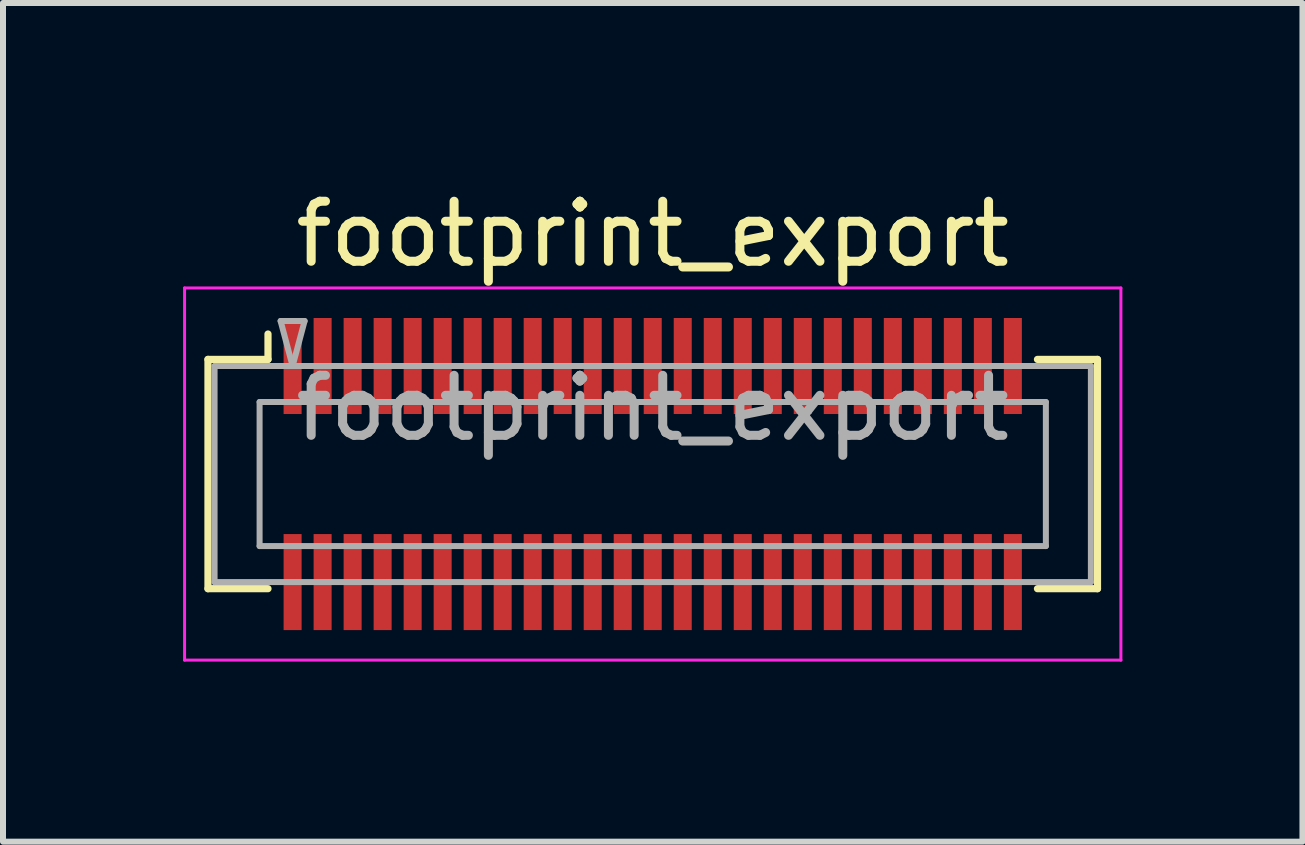
<source format=kicad_pcb>
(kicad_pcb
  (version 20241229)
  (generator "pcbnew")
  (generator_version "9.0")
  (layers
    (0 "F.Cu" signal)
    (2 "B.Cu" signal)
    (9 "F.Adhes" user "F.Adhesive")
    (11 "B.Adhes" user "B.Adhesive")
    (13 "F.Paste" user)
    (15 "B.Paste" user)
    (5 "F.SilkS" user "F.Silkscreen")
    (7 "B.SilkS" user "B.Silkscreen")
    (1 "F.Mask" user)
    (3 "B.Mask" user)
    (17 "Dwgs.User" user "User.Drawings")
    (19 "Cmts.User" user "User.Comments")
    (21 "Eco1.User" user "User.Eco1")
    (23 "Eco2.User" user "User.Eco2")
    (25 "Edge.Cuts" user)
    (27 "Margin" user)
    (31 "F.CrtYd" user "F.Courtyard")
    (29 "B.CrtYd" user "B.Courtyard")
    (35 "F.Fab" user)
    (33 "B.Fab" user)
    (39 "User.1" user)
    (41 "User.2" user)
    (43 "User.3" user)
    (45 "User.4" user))
  (footprint "footprint_export"
    (layer "F.Cu")
    (at 7.825 4.848)
    (property "Reference" "footprint_export" (at 0 -4 0) (layer "F.SilkS") (effects (font (size 1 1) (thickness 0.15))))
    (attr smd)
    (fp_line (start -7.41 -1.91) (end -6.41 -1.91) (stroke (width 0.12) (type solid)) (layer "F.SilkS"))
    (fp_line (start -7.41 1.91) (end -7.41 -1.91) (stroke (width 0.12) (type solid)) (layer "F.SilkS"))
    (fp_line (start -6.41 -1.91) (end -6.41 -2.333) (stroke (width 0.12) (type solid)) (layer "F.SilkS"))
    (fp_line (start -6.41 1.91) (end -7.41 1.91) (stroke (width 0.12) (type solid)) (layer "F.SilkS"))
    (fp_line (start 6.41 1.91) (end 7.41 1.91) (stroke (width 0.12) (type solid)) (layer "F.SilkS"))
    (fp_line (start 7.41 -1.91) (end 6.41 -1.91) (stroke (width 0.12) (type solid)) (layer "F.SilkS"))
    (fp_line (start 7.41 1.91) (end 7.41 -1.91) (stroke (width 0.12) (type solid)) (layer "F.SilkS"))
    (fp_line (start -7.8 -3.1) (end -7.8 3.1) (stroke (width 0.05) (type solid)) (layer "F.CrtYd"))
    (fp_line (start -7.8 3.1) (end 7.8 3.1) (stroke (width 0.05) (type solid)) (layer "F.CrtYd"))
    (fp_line (start 7.8 -3.1) (end -7.8 -3.1) (stroke (width 0.05) (type solid)) (layer "F.CrtYd"))
    (fp_line (start 7.8 3.1) (end 7.8 -3.1) (stroke (width 0.05) (type solid)) (layer "F.CrtYd"))
    (fp_line (start -7.3 -1.8) (end 7.3 -1.8) (stroke (width 0.1) (type solid)) (layer "F.Fab"))
    (fp_line (start -7.3 1.8) (end -7.3 -1.8) (stroke (width 0.1) (type solid)) (layer "F.Fab"))
    (fp_line (start -6.55 -1.2) (end 6.55 -1.2) (stroke (width 0.1) (type solid)) (layer "F.Fab"))
    (fp_line (start -6.55 1.2) (end -6.55 -1.2) (stroke (width 0.1) (type solid)) (layer "F.Fab"))
    (fp_line (start -6.2 -2.55) (end -6 -1.8) (stroke (width 0.1) (type solid)) (layer "F.Fab"))
    (fp_line (start -6 -1.8) (end -5.8 -2.55) (stroke (width 0.1) (type solid)) (layer "F.Fab"))
    (fp_line (start -5.8 -2.55) (end -6.2 -2.55) (stroke (width 0.1) (type solid)) (layer "F.Fab"))
    (fp_line (start 6.55 -1.2) (end 6.55 1.2) (stroke (width 0.1) (type solid)) (layer "F.Fab"))
    (fp_line (start 6.55 1.2) (end -6.55 1.2) (stroke (width 0.1) (type solid)) (layer "F.Fab"))
    (fp_line (start 7.3 -1.8) (end 7.3 1.8) (stroke (width 0.1) (type solid)) (layer "F.Fab"))
    (fp_line (start 7.3 1.8) (end -7.3 1.8) (stroke (width 0.1) (type solid)) (layer "F.Fab"))
    (fp_text user "${REFERENCE}" (at 0 -1.1 0) (layer "F.Fab") (effects (font (size 1 1) (thickness 0.15))))
    (pad "" smd rect (at -6 -2) (size 0.28 1.2) (layers "F.Paste"))
    (pad "" smd rect (at -6 2) (size 0.28 1.2) (layers "F.Paste"))
    (pad "" smd rect (at -5.5 -2) (size 0.28 1.2) (layers "F.Paste"))
    (pad "" smd rect (at -5.5 2) (size 0.28 1.2) (layers "F.Paste"))
    (pad "" smd rect (at -5 -2) (size 0.28 1.2) (layers "F.Paste"))
    (pad "" smd rect (at -5 2) (size 0.28 1.2) (layers "F.Paste"))
    (pad "" smd rect (at -4.5 -2) (size 0.28 1.2) (layers "F.Paste"))
    (pad "" smd rect (at -4.5 2) (size 0.28 1.2) (layers "F.Paste"))
    (pad "" smd rect (at -4 -2) (size 0.28 1.2) (layers "F.Paste"))
    (pad "" smd rect (at -4 2) (size 0.28 1.2) (layers "F.Paste"))
    (pad "" smd rect (at -3.5 -2) (size 0.28 1.2) (layers "F.Paste"))
    (pad "" smd rect (at -3.5 2) (size 0.28 1.2) (layers "F.Paste"))
    (pad "" smd rect (at -3 -2) (size 0.28 1.2) (layers "F.Paste"))
    (pad "" smd rect (at -3 2) (size 0.28 1.2) (layers "F.Paste"))
    (pad "" smd rect (at -2.5 -2) (size 0.28 1.2) (layers "F.Paste"))
    (pad "" smd rect (at -2.5 2) (size 0.28 1.2) (layers "F.Paste"))
    (pad "" smd rect (at -2 -2) (size 0.28 1.2) (layers "F.Paste"))
    (pad "" smd rect (at -2 2) (size 0.28 1.2) (layers "F.Paste"))
    (pad "" smd rect (at -1.5 -2) (size 0.28 1.2) (layers "F.Paste"))
    (pad "" smd rect (at -1.5 2) (size 0.28 1.2) (layers "F.Paste"))
    (pad "" smd rect (at -1 -2) (size 0.28 1.2) (layers "F.Paste"))
    (pad "" smd rect (at -1 2) (size 0.28 1.2) (layers "F.Paste"))
    (pad "" smd rect (at -0.5 -2) (size 0.28 1.2) (layers "F.Paste"))
    (pad "" smd rect (at -0.5 2) (size 0.28 1.2) (layers "F.Paste"))
    (pad "" smd rect (at 0 -2) (size 0.28 1.2) (layers "F.Paste"))
    (pad "" smd rect (at 0 2) (size 0.28 1.2) (layers "F.Paste"))
    (pad "" smd rect (at 0.5 -2) (size 0.28 1.2) (layers "F.Paste"))
    (pad "" smd rect (at 0.5 2) (size 0.28 1.2) (layers "F.Paste"))
    (pad "" smd rect (at 1 -2) (size 0.28 1.2) (layers "F.Paste"))
    (pad "" smd rect (at 1 2) (size 0.28 1.2) (layers "F.Paste"))
    (pad "" smd rect (at 1.5 -2) (size 0.28 1.2) (layers "F.Paste"))
    (pad "" smd rect (at 1.5 2) (size 0.28 1.2) (layers "F.Paste"))
    (pad "" smd rect (at 2 -2) (size 0.28 1.2) (layers "F.Paste"))
    (pad "" smd rect (at 2 2) (size 0.28 1.2) (layers "F.Paste"))
    (pad "" smd rect (at 2.5 -2) (size 0.28 1.2) (layers "F.Paste"))
    (pad "" smd rect (at 2.5 2) (size 0.28 1.2) (layers "F.Paste"))
    (pad "" smd rect (at 3 -2) (size 0.28 1.2) (layers "F.Paste"))
    (pad "" smd rect (at 3 2) (size 0.28 1.2) (layers "F.Paste"))
    (pad "" smd rect (at 3.5 -2) (size 0.28 1.2) (layers "F.Paste"))
    (pad "" smd rect (at 3.5 2) (size 0.28 1.2) (layers "F.Paste"))
    (pad "" smd rect (at 4 -2) (size 0.28 1.2) (layers "F.Paste"))
    (pad "" smd rect (at 4 2) (size 0.28 1.2) (layers "F.Paste"))
    (pad "" smd rect (at 4.5 -2) (size 0.28 1.2) (layers "F.Paste"))
    (pad "" smd rect (at 4.5 2) (size 0.28 1.2) (layers "F.Paste"))
    (pad "" smd rect (at 5 -2) (size 0.28 1.2) (layers "F.Paste"))
    (pad "" smd rect (at 5 2) (size 0.28 1.2) (layers "F.Paste"))
    (pad "" smd rect (at 5.5 -2) (size 0.28 1.2) (layers "F.Paste"))
    (pad "" smd rect (at 5.5 2) (size 0.28 1.2) (layers "F.Paste"))
    (pad "" smd rect (at 6 -2) (size 0.28 1.2) (layers "F.Paste"))
    (pad "" smd rect (at 6 2) (size 0.28 1.2) (layers "F.Paste"))
    (pad "1" smd rect (at -6 -1.8) (size 0.3 1.6) (layers "F.Cu" "F.Mask"))
    (pad "2" smd rect (at -5.5 -1.8) (size 0.3 1.6) (layers "F.Cu" "F.Mask"))
    (pad "3" smd rect (at -5 -1.8) (size 0.3 1.6) (layers "F.Cu" "F.Mask"))
    (pad "4" smd rect (at -4.5 -1.8) (size 0.3 1.6) (layers "F.Cu" "F.Mask"))
    (pad "5" smd rect (at -4 -1.8) (size 0.3 1.6) (layers "F.Cu" "F.Mask"))
    (pad "6" smd rect (at -3.5 -1.8) (size 0.3 1.6) (layers "F.Cu" "F.Mask"))
    (pad "7" smd rect (at -3 -1.8) (size 0.3 1.6) (layers "F.Cu" "F.Mask"))
    (pad "8" smd rect (at -2.5 -1.8) (size 0.3 1.6) (layers "F.Cu" "F.Mask"))
    (pad "9" smd rect (at -2 -1.8) (size 0.3 1.6) (layers "F.Cu" "F.Mask"))
    (pad "10" smd rect (at -1.5 -1.8) (size 0.3 1.6) (layers "F.Cu" "F.Mask"))
    (pad "11" smd rect (at -1 -1.8) (size 0.3 1.6) (layers "F.Cu" "F.Mask"))
    (pad "12" smd rect (at -0.5 -1.8) (size 0.3 1.6) (layers "F.Cu" "F.Mask"))
    (pad "13" smd rect (at 0 -1.8) (size 0.3 1.6) (layers "F.Cu" "F.Mask"))
    (pad "14" smd rect (at 0.5 -1.8) (size 0.3 1.6) (layers "F.Cu" "F.Mask"))
    (pad "15" smd rect (at 1 -1.8) (size 0.3 1.6) (layers "F.Cu" "F.Mask"))
    (pad "16" smd rect (at 1.5 -1.8) (size 0.3 1.6) (layers "F.Cu" "F.Mask"))
    (pad "17" smd rect (at 2 -1.8) (size 0.3 1.6) (layers "F.Cu" "F.Mask"))
    (pad "18" smd rect (at 2.5 -1.8) (size 0.3 1.6) (layers "F.Cu" "F.Mask"))
    (pad "19" smd rect (at 3 -1.8) (size 0.3 1.6) (layers "F.Cu" "F.Mask"))
    (pad "20" smd rect (at 3.5 -1.8) (size 0.3 1.6) (layers "F.Cu" "F.Mask"))
    (pad "21" smd rect (at 4 -1.8) (size 0.3 1.6) (layers "F.Cu" "F.Mask"))
    (pad "22" smd rect (at 4.5 -1.8) (size 0.3 1.6) (layers "F.Cu" "F.Mask"))
    (pad "23" smd rect (at 5 -1.8) (size 0.3 1.6) (layers "F.Cu" "F.Mask"))
    (pad "24" smd rect (at 5.5 -1.8) (size 0.3 1.6) (layers "F.Cu" "F.Mask"))
    (pad "25" smd rect (at 6 -1.8) (size 0.3 1.6) (layers "F.Cu" "F.Mask"))
    (pad "26" smd rect (at -6 1.8) (size 0.3 1.6) (layers "F.Cu" "F.Mask"))
    (pad "27" smd rect (at -5.5 1.8) (size 0.3 1.6) (layers "F.Cu" "F.Mask"))
    (pad "28" smd rect (at -5 1.8) (size 0.3 1.6) (layers "F.Cu" "F.Mask"))
    (pad "29" smd rect (at -4.5 1.8) (size 0.3 1.6) (layers "F.Cu" "F.Mask"))
    (pad "30" smd rect (at -4 1.8) (size 0.3 1.6) (layers "F.Cu" "F.Mask"))
    (pad "31" smd rect (at -3.5 1.8) (size 0.3 1.6) (layers "F.Cu" "F.Mask"))
    (pad "32" smd rect (at -3 1.8) (size 0.3 1.6) (layers "F.Cu" "F.Mask"))
    (pad "33" smd rect (at -2.5 1.8) (size 0.3 1.6) (layers "F.Cu" "F.Mask"))
    (pad "34" smd rect (at -2 1.8) (size 0.3 1.6) (layers "F.Cu" "F.Mask"))
    (pad "35" smd rect (at -1.5 1.8) (size 0.3 1.6) (layers "F.Cu" "F.Mask"))
    (pad "36" smd rect (at -1 1.8) (size 0.3 1.6) (layers "F.Cu" "F.Mask"))
    (pad "37" smd rect (at -0.5 1.8) (size 0.3 1.6) (layers "F.Cu" "F.Mask"))
    (pad "38" smd rect (at 0 1.8) (size 0.3 1.6) (layers "F.Cu" "F.Mask"))
    (pad "39" smd rect (at 0.5 1.8) (size 0.3 1.6) (layers "F.Cu" "F.Mask"))
    (pad "40" smd rect (at 1 1.8) (size 0.3 1.6) (layers "F.Cu" "F.Mask"))
    (pad "41" smd rect (at 1.5 1.8) (size 0.3 1.6) (layers "F.Cu" "F.Mask"))
    (pad "42" smd rect (at 2 1.8) (size 0.3 1.6) (layers "F.Cu" "F.Mask"))
    (pad "43" smd rect (at 2.5 1.8) (size 0.3 1.6) (layers "F.Cu" "F.Mask"))
    (pad "44" smd rect (at 3 1.8) (size 0.3 1.6) (layers "F.Cu" "F.Mask"))
    (pad "45" smd rect (at 3.5 1.8) (size 0.3 1.6) (layers "F.Cu" "F.Mask"))
    (pad "46" smd rect (at 4 1.8) (size 0.3 1.6) (layers "F.Cu" "F.Mask"))
    (pad "47" smd rect (at 4.5 1.8) (size 0.3 1.6) (layers "F.Cu" "F.Mask"))
    (pad "48" smd rect (at 5 1.8) (size 0.3 1.6) (layers "F.Cu" "F.Mask"))
    (pad "49" smd rect (at 5.5 1.8) (size 0.3 1.6) (layers "F.Cu" "F.Mask"))
    (pad "50" smd rect (at 6 1.8) (size 0.3 1.6) (layers "F.Cu" "F.Mask")))
  (gr_rect
    (start -3 -3)
    (end 18.65 10.973)
    (stroke (width 0.1) (type default))
    (fill no)
    (layer "Edge.Cuts")))
</source>
